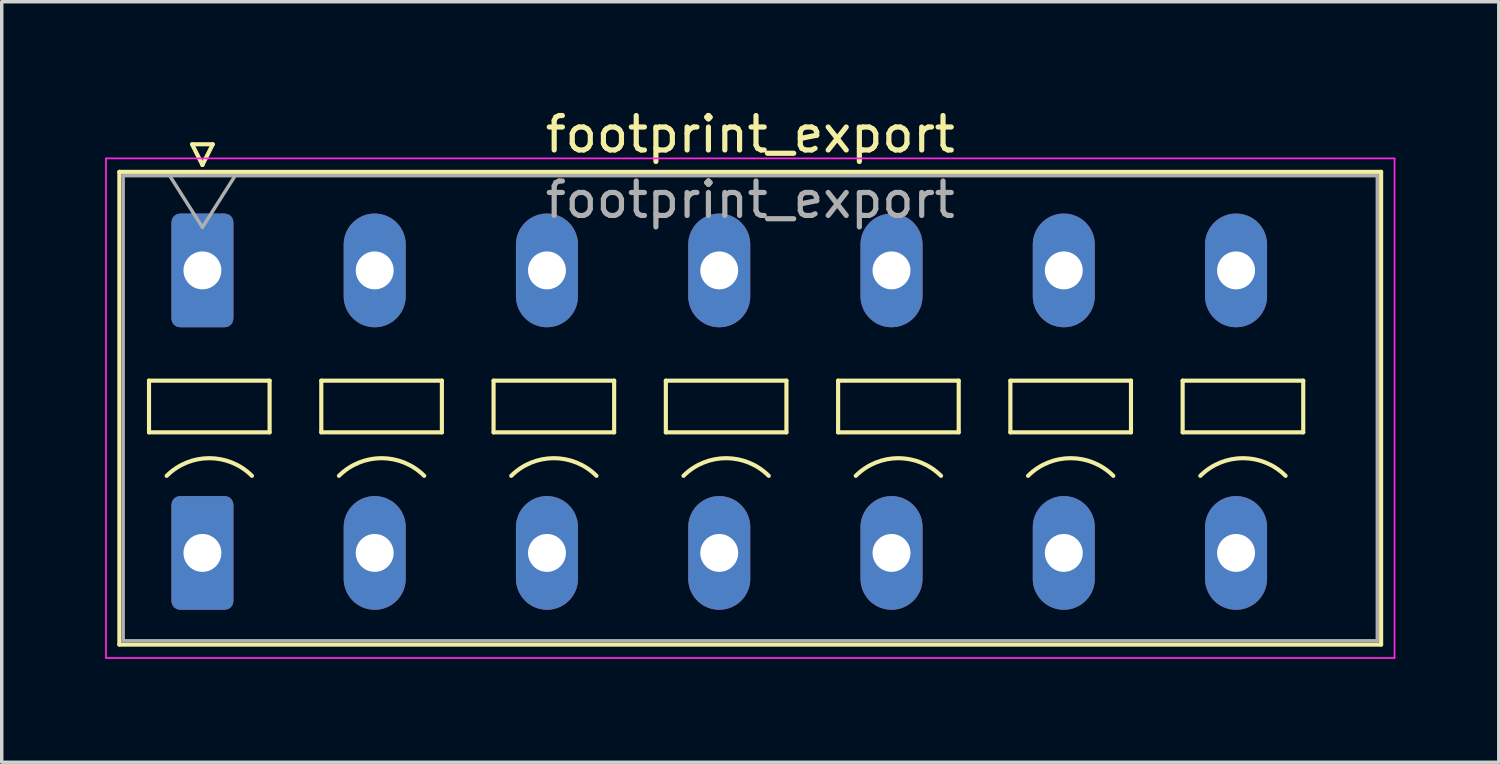
<source format=kicad_pcb>
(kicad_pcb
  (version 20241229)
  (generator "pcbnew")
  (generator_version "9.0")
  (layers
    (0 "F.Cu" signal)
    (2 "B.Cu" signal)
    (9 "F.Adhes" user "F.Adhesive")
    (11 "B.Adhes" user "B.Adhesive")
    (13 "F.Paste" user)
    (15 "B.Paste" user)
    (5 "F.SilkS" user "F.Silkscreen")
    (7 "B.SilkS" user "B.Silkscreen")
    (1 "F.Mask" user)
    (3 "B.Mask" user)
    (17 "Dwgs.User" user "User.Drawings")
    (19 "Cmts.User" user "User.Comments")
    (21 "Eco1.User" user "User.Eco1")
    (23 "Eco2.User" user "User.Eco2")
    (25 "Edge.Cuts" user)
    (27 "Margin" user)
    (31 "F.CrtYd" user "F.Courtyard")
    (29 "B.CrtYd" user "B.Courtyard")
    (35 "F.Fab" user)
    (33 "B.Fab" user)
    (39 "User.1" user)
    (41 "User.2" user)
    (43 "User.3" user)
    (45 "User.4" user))
  (footprint "footprint_export"
    (layer "F.Cu")
    (at 2.825 4.798)
    (property "Reference" "footprint_export" (at 15.9 -3.95 0) (layer "F.SilkS") (effects (font (size 1 1) (thickness 0.15))))
    (attr through_hole)
    (fp_line (start -2.41 -2.86) (end 34.21 -2.86) (stroke (width 0.12) (type solid)) (layer "F.SilkS"))
    (fp_line (start -2.41 10.86) (end -2.41 -2.86) (stroke (width 0.12) (type solid)) (layer "F.SilkS"))
    (fp_line (start -1.55 3.2) (end -1.55 4.7) (stroke (width 0.12) (type solid)) (layer "F.SilkS"))
    (fp_line (start -1.55 4.7) (end 1.95 4.7) (stroke (width 0.12) (type solid)) (layer "F.SilkS"))
    (fp_line (start -0.3 -3.66) (end 0 -3.06) (stroke (width 0.12) (type solid)) (layer "F.SilkS"))
    (fp_line (start -0.3 -3.66) (end 0.3 -3.66) (stroke (width 0.12) (type solid)) (layer "F.SilkS"))
    (fp_line (start 0.3 -3.66) (end 0 -3.06) (stroke (width 0.12) (type solid)) (layer "F.SilkS"))
    (fp_line (start 1.95 3.2) (end -1.55 3.2) (stroke (width 0.12) (type solid)) (layer "F.SilkS"))
    (fp_line (start 1.95 4.7) (end 1.95 3.2) (stroke (width 0.12) (type solid)) (layer "F.SilkS"))
    (fp_line (start 3.45 3.2) (end 3.45 4.7) (stroke (width 0.12) (type solid)) (layer "F.SilkS"))
    (fp_line (start 3.45 4.7) (end 6.95 4.7) (stroke (width 0.12) (type solid)) (layer "F.SilkS"))
    (fp_line (start 6.95 3.2) (end 3.45 3.2) (stroke (width 0.12) (type solid)) (layer "F.SilkS"))
    (fp_line (start 6.95 4.7) (end 6.95 3.2) (stroke (width 0.12) (type solid)) (layer "F.SilkS"))
    (fp_line (start 8.45 3.2) (end 8.45 4.7) (stroke (width 0.12) (type solid)) (layer "F.SilkS"))
    (fp_line (start 8.45 4.7) (end 11.95 4.7) (stroke (width 0.12) (type solid)) (layer "F.SilkS"))
    (fp_line (start 11.95 3.2) (end 8.45 3.2) (stroke (width 0.12) (type solid)) (layer "F.SilkS"))
    (fp_line (start 11.95 4.7) (end 11.95 3.2) (stroke (width 0.12) (type solid)) (layer "F.SilkS"))
    (fp_line (start 13.45 3.2) (end 13.45 4.7) (stroke (width 0.12) (type solid)) (layer "F.SilkS"))
    (fp_line (start 13.45 4.7) (end 16.95 4.7) (stroke (width 0.12) (type solid)) (layer "F.SilkS"))
    (fp_line (start 16.95 3.2) (end 13.45 3.2) (stroke (width 0.12) (type solid)) (layer "F.SilkS"))
    (fp_line (start 16.95 4.7) (end 16.95 3.2) (stroke (width 0.12) (type solid)) (layer "F.SilkS"))
    (fp_line (start 18.45 3.2) (end 18.45 4.7) (stroke (width 0.12) (type solid)) (layer "F.SilkS"))
    (fp_line (start 18.45 4.7) (end 21.95 4.7) (stroke (width 0.12) (type solid)) (layer "F.SilkS"))
    (fp_line (start 21.95 3.2) (end 18.45 3.2) (stroke (width 0.12) (type solid)) (layer "F.SilkS"))
    (fp_line (start 21.95 4.7) (end 21.95 3.2) (stroke (width 0.12) (type solid)) (layer "F.SilkS"))
    (fp_line (start 23.45 3.2) (end 23.45 4.7) (stroke (width 0.12) (type solid)) (layer "F.SilkS"))
    (fp_line (start 23.45 4.7) (end 26.95 4.7) (stroke (width 0.12) (type solid)) (layer "F.SilkS"))
    (fp_line (start 26.95 3.2) (end 23.45 3.2) (stroke (width 0.12) (type solid)) (layer "F.SilkS"))
    (fp_line (start 26.95 4.7) (end 26.95 3.2) (stroke (width 0.12) (type solid)) (layer "F.SilkS"))
    (fp_line (start 28.45 3.2) (end 28.45 4.7) (stroke (width 0.12) (type solid)) (layer "F.SilkS"))
    (fp_line (start 28.45 4.7) (end 31.95 4.7) (stroke (width 0.12) (type solid)) (layer "F.SilkS"))
    (fp_line (start 31.95 3.2) (end 28.45 3.2) (stroke (width 0.12) (type solid)) (layer "F.SilkS"))
    (fp_line (start 31.95 4.7) (end 31.95 3.2) (stroke (width 0.12) (type solid)) (layer "F.SilkS"))
    (fp_line (start 34.21 -2.86) (end 34.21 10.86) (stroke (width 0.12) (type solid)) (layer "F.SilkS"))
    (fp_line (start 34.21 10.86) (end -2.41 10.86) (stroke (width 0.12) (type solid)) (layer "F.SilkS"))
    (fp_arc (start -1.037437 5.962563) (mid 0.2 5.45) (end 1.437437 5.962563) (stroke (width 0.12) (type solid)) (layer "F.SilkS"))
    (fp_arc (start 3.962563 5.962563) (mid 5.2 5.45) (end 6.437437 5.962563) (stroke (width 0.12) (type solid)) (layer "F.SilkS"))
    (fp_arc (start 8.962563 5.962563) (mid 10.2 5.45) (end 11.437437 5.962563) (stroke (width 0.12) (type solid)) (layer "F.SilkS"))
    (fp_arc (start 13.962563 5.962563) (mid 15.2 5.45) (end 16.437437 5.962563) (stroke (width 0.12) (type solid)) (layer "F.SilkS"))
    (fp_arc (start 18.962563 5.962563) (mid 20.2 5.45) (end 21.437437 5.962563) (stroke (width 0.12) (type solid)) (layer "F.SilkS"))
    (fp_arc (start 23.962563 5.962563) (mid 25.2 5.45) (end 26.437437 5.962563) (stroke (width 0.12) (type solid)) (layer "F.SilkS"))
    (fp_arc (start 28.962563 5.962563) (mid 30.2 5.45) (end 31.437437 5.962563) (stroke (width 0.12) (type solid)) (layer "F.SilkS"))
    (fp_line (start -2.8 -3.25) (end -2.8 11.25) (stroke (width 0.05) (type solid)) (layer "F.CrtYd"))
    (fp_line (start -2.8 11.25) (end 34.6 11.25) (stroke (width 0.05) (type solid)) (layer "F.CrtYd"))
    (fp_line (start 34.6 -3.25) (end -2.8 -3.25) (stroke (width 0.05) (type solid)) (layer "F.CrtYd"))
    (fp_line (start 34.6 11.25) (end 34.6 -3.25) (stroke (width 0.05) (type solid)) (layer "F.CrtYd"))
    (fp_line (start -2.3 -2.75) (end -2.3 10.75) (stroke (width 0.1) (type solid)) (layer "F.Fab"))
    (fp_line (start -2.3 10.75) (end 34.1 10.75) (stroke (width 0.1) (type solid)) (layer "F.Fab"))
    (fp_line (start -0.95 -2.75) (end 0 -1.25) (stroke (width 0.1) (type solid)) (layer "F.Fab"))
    (fp_line (start 0.95 -2.75) (end 0 -1.25) (stroke (width 0.1) (type solid)) (layer "F.Fab"))
    (fp_line (start 34.1 -2.75) (end -2.3 -2.75) (stroke (width 0.1) (type solid)) (layer "F.Fab"))
    (fp_line (start 34.1 10.75) (end 34.1 -2.75) (stroke (width 0.1) (type solid)) (layer "F.Fab"))
    (fp_text user "${REFERENCE}" (at 15.9 -2.05 0) (layer "F.Fab") (effects (font (size 1 1) (thickness 0.15))))
    (pad "1" thru_hole roundrect (at 0 0) (size 1.8 3.3) (drill 1.1) (layers "*.Cu" "*.Mask") (roundrect_rratio 0.139))
    (pad "1" thru_hole roundrect (at 0 8.2) (size 1.8 3.3) (drill 1.1) (layers "*.Cu" "*.Mask") (roundrect_rratio 0.139))
    (pad "2" thru_hole oval (at 5 0) (size 1.8 3.3) (drill 1.1) (layers "*.Cu" "*.Mask"))
    (pad "2" thru_hole oval (at 5 8.2) (size 1.8 3.3) (drill 1.1) (layers "*.Cu" "*.Mask"))
    (pad "3" thru_hole oval (at 10 0) (size 1.8 3.3) (drill 1.1) (layers "*.Cu" "*.Mask"))
    (pad "3" thru_hole oval (at 10 8.2) (size 1.8 3.3) (drill 1.1) (layers "*.Cu" "*.Mask"))
    (pad "4" thru_hole oval (at 15 0) (size 1.8 3.3) (drill 1.1) (layers "*.Cu" "*.Mask"))
    (pad "4" thru_hole oval (at 15 8.2) (size 1.8 3.3) (drill 1.1) (layers "*.Cu" "*.Mask"))
    (pad "5" thru_hole oval (at 20 0) (size 1.8 3.3) (drill 1.1) (layers "*.Cu" "*.Mask"))
    (pad "5" thru_hole oval (at 20 8.2) (size 1.8 3.3) (drill 1.1) (layers "*.Cu" "*.Mask"))
    (pad "6" thru_hole oval (at 25 0) (size 1.8 3.3) (drill 1.1) (layers "*.Cu" "*.Mask"))
    (pad "6" thru_hole oval (at 25 8.2) (size 1.8 3.3) (drill 1.1) (layers "*.Cu" "*.Mask"))
    (pad "7" thru_hole oval (at 30 0) (size 1.8 3.3) (drill 1.1) (layers "*.Cu" "*.Mask"))
    (pad "7" thru_hole oval (at 30 8.2) (size 1.8 3.3) (drill 1.1) (layers "*.Cu" "*.Mask")))
  (gr_rect
    (start -3 -3)
    (end 40.45 19.073)
    (stroke (width 0.1) (type default))
    (fill no)
    (layer "Edge.Cuts")))
</source>
